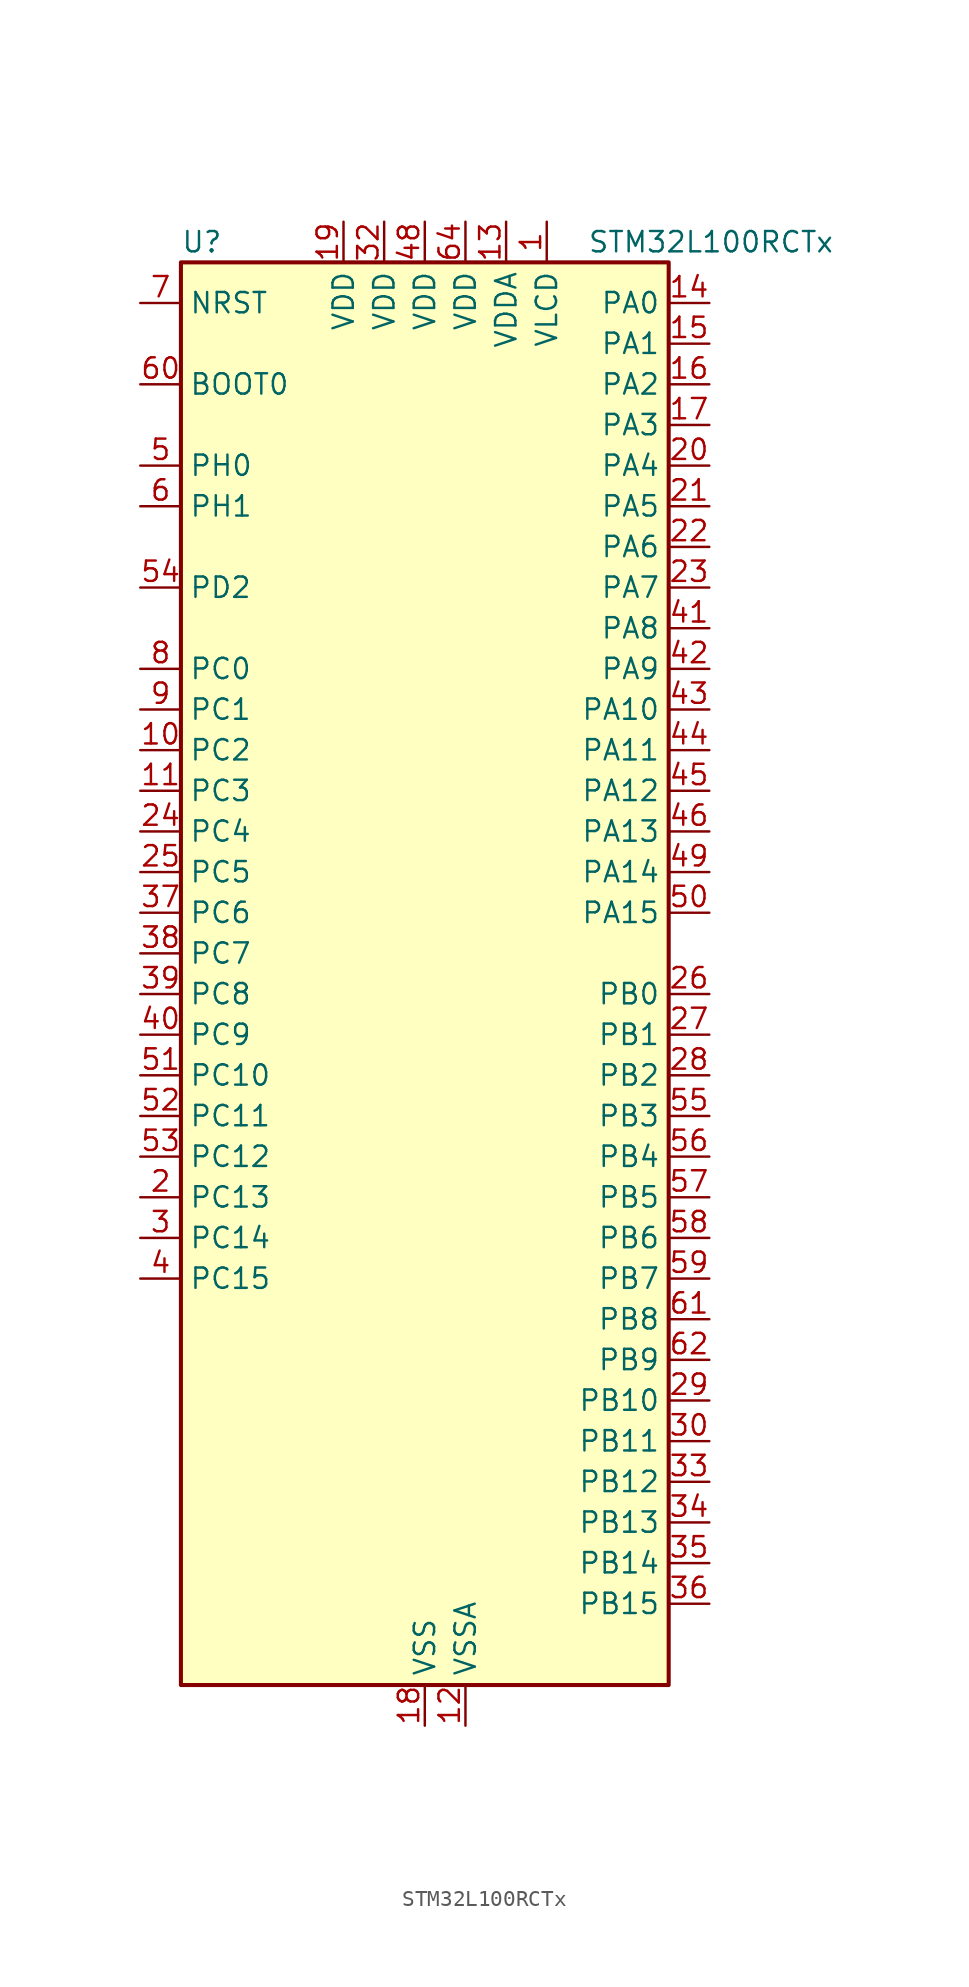
<source format=kicad_sym>
(kicad_symbol_lib
  (version 20231120)
  (generator "kicad-library-utils")
  (generator_version "8.0")
  (symbol "STM32L100RCTx"
    (property "Reference" "U"
      (at -15.24 46.99 0)
      (effects (font (size 1.27 1.27)) (justify left)))
    (property "Value" "STM32L100RCTx"
      (at 10.16 46.99 0)
      (effects (font (size 1.27 1.27)) (justify left)))
    (symbol "STM32L100RCTx_0_1"
      (rectangle (start -15.24 -43.18) (end 15.24 45.72) (stroke (width 0.254) (type default)) (fill (type background))))
    (symbol "STM32L100RCTx_1_1"
      (pin power_in line (at 7.62 48.26 270) (length 2.54) (name "VLCD" (effects (font (size 1.27 1.27)))) (number "1" (effects (font (size 1.27 1.27)))))
      (pin bidirectional line (at -17.78 15.24 0) (length 2.54) (name "PC2" (effects (font (size 1.27 1.27)))) (number "10" (effects (font (size 1.27 1.27)))) (alternate "ADC_IN12" bidirectional line) (alternate "COMP1_INP" bidirectional line) (alternate "LCD_SEG20" bidirectional line) (alternate "TIMX_IC3" bidirectional line))
      (pin bidirectional line (at -17.78 12.7 0) (length 2.54) (name "PC3" (effects (font (size 1.27 1.27)))) (number "11" (effects (font (size 1.27 1.27)))) (alternate "ADC_IN13" bidirectional line) (alternate "COMP1_INP" bidirectional line) (alternate "LCD_SEG21" bidirectional line) (alternate "TIMX_IC4" bidirectional line))
      (pin power_in line (at 2.54 -45.72 90) (length 2.54) (name "VSSA" (effects (font (size 1.27 1.27)))) (number "12" (effects (font (size 1.27 1.27)))))
      (pin power_in line (at 5.08 48.26 270) (length 2.54) (name "VDDA" (effects (font (size 1.27 1.27)))) (number "13" (effects (font (size 1.27 1.27)))))
      (pin bidirectional line (at 17.78 43.18 180) (length 2.54) (name "PA0" (effects (font (size 1.27 1.27)))) (number "14" (effects (font (size 1.27 1.27)))) (alternate "ADC_IN0" bidirectional line) (alternate "COMP1_INP" bidirectional line) (alternate "RTC_TAMP2" bidirectional line) (alternate "SYS_WKUP1" bidirectional line) (alternate "TIM2_CH1" bidirectional line) (alternate "TIM2_ETR" bidirectional line) (alternate "TIMX_IC1" bidirectional line) (alternate "USART2_CTS" bidirectional line))
      (pin bidirectional line (at 17.78 40.64 180) (length 2.54) (name "PA1" (effects (font (size 1.27 1.27)))) (number "15" (effects (font (size 1.27 1.27)))) (alternate "ADC_IN1" bidirectional line) (alternate "COMP1_INP" bidirectional line) (alternate "LCD_SEG0" bidirectional line) (alternate "TIM2_CH2" bidirectional line) (alternate "TIMX_IC2" bidirectional line) (alternate "USART2_RTS" bidirectional line))
      (pin bidirectional line (at 17.78 38.1 180) (length 2.54) (name "PA2" (effects (font (size 1.27 1.27)))) (number "16" (effects (font (size 1.27 1.27)))) (alternate "ADC_IN2" bidirectional line) (alternate "COMP1_INP" bidirectional line) (alternate "LCD_SEG1" bidirectional line) (alternate "TIM2_CH3" bidirectional line) (alternate "TIM9_CH1" bidirectional line) (alternate "TIMX_IC3" bidirectional line) (alternate "USART2_TX" bidirectional line))
      (pin bidirectional line (at 17.78 35.56 180) (length 2.54) (name "PA3" (effects (font (size 1.27 1.27)))) (number "17" (effects (font (size 1.27 1.27)))) (alternate "ADC_IN3" bidirectional line) (alternate "COMP1_INP" bidirectional line) (alternate "LCD_SEG2" bidirectional line) (alternate "TIM2_CH4" bidirectional line) (alternate "TIM9_CH2" bidirectional line) (alternate "TIMX_IC4" bidirectional line) (alternate "USART2_RX" bidirectional line))
      (pin power_in line (at 0 -45.72 90) (length 2.54) (name "VSS" (effects (font (size 1.27 1.27)))) (number "18" (effects (font (size 1.27 1.27)))))
      (pin power_in line (at -5.08 48.26 270) (length 2.54) (name "VDD" (effects (font (size 1.27 1.27)))) (number "19" (effects (font (size 1.27 1.27)))))
      (pin bidirectional line (at -17.78 -12.7 0) (length 2.54) (name "PC13" (effects (font (size 1.27 1.27)))) (number "2" (effects (font (size 1.27 1.27)))) (alternate "RTC_OUT_ALARM" bidirectional line) (alternate "RTC_OUT_CALIB" bidirectional line) (alternate "RTC_TAMP1" bidirectional line) (alternate "RTC_TS" bidirectional line) (alternate "SYS_WKUP2" bidirectional line) (alternate "TIMX_IC2" bidirectional line))
      (pin bidirectional line (at 17.78 33.02 180) (length 2.54) (name "PA4" (effects (font (size 1.27 1.27)))) (number "20" (effects (font (size 1.27 1.27)))) (alternate "ADC_IN4" bidirectional line) (alternate "COMP1_INP" bidirectional line) (alternate "DAC_OUT1" bidirectional line) (alternate "I2S3_WS" bidirectional line) (alternate "SPI1_NSS" bidirectional line) (alternate "SPI3_NSS" bidirectional line) (alternate "TIMX_IC1" bidirectional line) (alternate "USART2_CK" bidirectional line))
      (pin bidirectional line (at 17.78 30.48 180) (length 2.54) (name "PA5" (effects (font (size 1.27 1.27)))) (number "21" (effects (font (size 1.27 1.27)))) (alternate "ADC_IN5" bidirectional line) (alternate "COMP1_INP" bidirectional line) (alternate "DAC_OUT2" bidirectional line) (alternate "SPI1_SCK" bidirectional line) (alternate "TIM2_CH1" bidirectional line) (alternate "TIM2_ETR" bidirectional line) (alternate "TIMX_IC2" bidirectional line))
      (pin bidirectional line (at 17.78 27.94 180) (length 2.54) (name "PA6" (effects (font (size 1.27 1.27)))) (number "22" (effects (font (size 1.27 1.27)))) (alternate "ADC_IN6" bidirectional line) (alternate "COMP1_INP" bidirectional line) (alternate "LCD_SEG3" bidirectional line) (alternate "SPI1_MISO" bidirectional line) (alternate "TIM10_CH1" bidirectional line) (alternate "TIM3_CH1" bidirectional line) (alternate "TIMX_IC3" bidirectional line))
      (pin bidirectional line (at 17.78 25.4 180) (length 2.54) (name "PA7" (effects (font (size 1.27 1.27)))) (number "23" (effects (font (size 1.27 1.27)))) (alternate "ADC_IN7" bidirectional line) (alternate "COMP1_INP" bidirectional line) (alternate "LCD_SEG4" bidirectional line) (alternate "SPI1_MOSI" bidirectional line) (alternate "TIM11_CH1" bidirectional line) (alternate "TIM3_CH2" bidirectional line) (alternate "TIMX_IC4" bidirectional line))
      (pin bidirectional line (at -17.78 10.16 0) (length 2.54) (name "PC4" (effects (font (size 1.27 1.27)))) (number "24" (effects (font (size 1.27 1.27)))) (alternate "ADC_IN14" bidirectional line) (alternate "COMP1_INP" bidirectional line) (alternate "LCD_SEG22" bidirectional line) (alternate "TIMX_IC1" bidirectional line))
      (pin bidirectional line (at -17.78 7.62 0) (length 2.54) (name "PC5" (effects (font (size 1.27 1.27)))) (number "25" (effects (font (size 1.27 1.27)))) (alternate "ADC_IN15" bidirectional line) (alternate "COMP1_INP" bidirectional line) (alternate "LCD_SEG23" bidirectional line) (alternate "TIMX_IC2" bidirectional line))
      (pin bidirectional line (at 17.78 0 180) (length 2.54) (name "PB0" (effects (font (size 1.27 1.27)))) (number "26" (effects (font (size 1.27 1.27)))) (alternate "ADC_IN8" bidirectional line) (alternate "COMP1_INP" bidirectional line) (alternate "LCD_SEG5" bidirectional line) (alternate "SYS_V_REF_OUT" bidirectional line) (alternate "TIM3_CH3" bidirectional line))
      (pin bidirectional line (at 17.78 -2.54 180) (length 2.54) (name "PB1" (effects (font (size 1.27 1.27)))) (number "27" (effects (font (size 1.27 1.27)))) (alternate "ADC_IN9" bidirectional line) (alternate "COMP1_INP" bidirectional line) (alternate "LCD_SEG6" bidirectional line) (alternate "SYS_V_REF_OUT" bidirectional line) (alternate "TIM3_CH4" bidirectional line))
      (pin bidirectional line (at 17.78 -5.08 180) (length 2.54) (name "PB2" (effects (font (size 1.27 1.27)))) (number "28" (effects (font (size 1.27 1.27)))) (alternate "COMP1_INP" bidirectional line))
      (pin bidirectional line (at 17.78 -25.4 180) (length 2.54) (name "PB10" (effects (font (size 1.27 1.27)))) (number "29" (effects (font (size 1.27 1.27)))) (alternate "I2C2_SCL" bidirectional line) (alternate "LCD_SEG10" bidirectional line) (alternate "TIM2_CH3" bidirectional line) (alternate "USART3_TX" bidirectional line))
      (pin bidirectional line (at -17.78 -15.24 0) (length 2.54) (name "PC14" (effects (font (size 1.27 1.27)))) (number "3" (effects (font (size 1.27 1.27)))) (alternate "RCC_OSC32_IN" bidirectional line) (alternate "TIMX_IC3" bidirectional line))
      (pin bidirectional line (at 17.78 -27.94 180) (length 2.54) (name "PB11" (effects (font (size 1.27 1.27)))) (number "30" (effects (font (size 1.27 1.27)))) (alternate "ADC_EXTI11" bidirectional line) (alternate "I2C2_SDA" bidirectional line) (alternate "LCD_SEG11" bidirectional line) (alternate "TIM2_CH4" bidirectional line) (alternate "USART3_RX" bidirectional line))
      (pin passive line (at 0 -45.72 90) (length 2.54) hide (name "VSS" (effects (font (size 1.27 1.27)))) (number "31" (effects (font (size 1.27 1.27)))))
      (pin power_in line (at -2.54 48.26 270) (length 2.54) (name "VDD" (effects (font (size 1.27 1.27)))) (number "32" (effects (font (size 1.27 1.27)))))
      (pin bidirectional line (at 17.78 -30.48 180) (length 2.54) (name "PB12" (effects (font (size 1.27 1.27)))) (number "33" (effects (font (size 1.27 1.27)))) (alternate "ADC_IN18" bidirectional line) (alternate "COMP1_INP" bidirectional line) (alternate "I2C2_SMBA" bidirectional line) (alternate "I2S2_WS" bidirectional line) (alternate "LCD_SEG12" bidirectional line) (alternate "SPI2_NSS" bidirectional line) (alternate "TIM10_CH1" bidirectional line) (alternate "USART3_CK" bidirectional line))
      (pin bidirectional line (at 17.78 -33.02 180) (length 2.54) (name "PB13" (effects (font (size 1.27 1.27)))) (number "34" (effects (font (size 1.27 1.27)))) (alternate "ADC_IN19" bidirectional line) (alternate "COMP1_INP" bidirectional line) (alternate "I2S2_CK" bidirectional line) (alternate "LCD_SEG13" bidirectional line) (alternate "SPI2_SCK" bidirectional line) (alternate "TIM9_CH1" bidirectional line) (alternate "USART3_CTS" bidirectional line))
      (pin bidirectional line (at 17.78 -35.56 180) (length 2.54) (name "PB14" (effects (font (size 1.27 1.27)))) (number "35" (effects (font (size 1.27 1.27)))) (alternate "ADC_IN20" bidirectional line) (alternate "COMP1_INP" bidirectional line) (alternate "LCD_SEG14" bidirectional line) (alternate "SPI2_MISO" bidirectional line) (alternate "TIM9_CH2" bidirectional line) (alternate "USART3_RTS" bidirectional line))
      (pin bidirectional line (at 17.78 -38.1 180) (length 2.54) (name "PB15" (effects (font (size 1.27 1.27)))) (number "36" (effects (font (size 1.27 1.27)))) (alternate "ADC_EXTI15" bidirectional line) (alternate "ADC_IN21" bidirectional line) (alternate "COMP1_INP" bidirectional line) (alternate "I2S2_SD" bidirectional line) (alternate "LCD_SEG15" bidirectional line) (alternate "RTC_REFIN" bidirectional line) (alternate "SPI2_MOSI" bidirectional line) (alternate "TIM11_CH1" bidirectional line))
      (pin bidirectional line (at -17.78 5.08 0) (length 2.54) (name "PC6" (effects (font (size 1.27 1.27)))) (number "37" (effects (font (size 1.27 1.27)))) (alternate "I2S2_MCK" bidirectional line) (alternate "LCD_SEG24" bidirectional line) (alternate "TIM3_CH1" bidirectional line) (alternate "TIMX_IC3" bidirectional line))
      (pin bidirectional line (at -17.78 2.54 0) (length 2.54) (name "PC7" (effects (font (size 1.27 1.27)))) (number "38" (effects (font (size 1.27 1.27)))) (alternate "I2S3_MCK" bidirectional line) (alternate "LCD_SEG25" bidirectional line) (alternate "TIM3_CH2" bidirectional line) (alternate "TIMX_IC4" bidirectional line))
      (pin bidirectional line (at -17.78 0 0) (length 2.54) (name "PC8" (effects (font (size 1.27 1.27)))) (number "39" (effects (font (size 1.27 1.27)))) (alternate "LCD_SEG26" bidirectional line) (alternate "TIM3_CH3" bidirectional line) (alternate "TIMX_IC1" bidirectional line))
      (pin bidirectional line (at -17.78 -17.78 0) (length 2.54) (name "PC15" (effects (font (size 1.27 1.27)))) (number "4" (effects (font (size 1.27 1.27)))) (alternate "ADC_EXTI15" bidirectional line) (alternate "RCC_OSC32_OUT" bidirectional line) (alternate "TIMX_IC4" bidirectional line))
      (pin bidirectional line (at -17.78 -2.54 0) (length 2.54) (name "PC9" (effects (font (size 1.27 1.27)))) (number "40" (effects (font (size 1.27 1.27)))) (alternate "DAC_EXTI9" bidirectional line) (alternate "LCD_SEG27" bidirectional line) (alternate "TIM3_CH4" bidirectional line) (alternate "TIMX_IC2" bidirectional line))
      (pin bidirectional line (at 17.78 22.86 180) (length 2.54) (name "PA8" (effects (font (size 1.27 1.27)))) (number "41" (effects (font (size 1.27 1.27)))) (alternate "LCD_COM0" bidirectional line) (alternate "RCC_MCO" bidirectional line) (alternate "TIMX_IC1" bidirectional line) (alternate "USART1_CK" bidirectional line))
      (pin bidirectional line (at 17.78 20.32 180) (length 2.54) (name "PA9" (effects (font (size 1.27 1.27)))) (number "42" (effects (font (size 1.27 1.27)))) (alternate "DAC_EXTI9" bidirectional line) (alternate "LCD_COM1" bidirectional line) (alternate "TIMX_IC2" bidirectional line) (alternate "USART1_TX" bidirectional line))
      (pin bidirectional line (at 17.78 17.78 180) (length 2.54) (name "PA10" (effects (font (size 1.27 1.27)))) (number "43" (effects (font (size 1.27 1.27)))) (alternate "LCD_COM2" bidirectional line) (alternate "TIMX_IC3" bidirectional line) (alternate "USART1_RX" bidirectional line))
      (pin bidirectional line (at 17.78 15.24 180) (length 2.54) (name "PA11" (effects (font (size 1.27 1.27)))) (number "44" (effects (font (size 1.27 1.27)))) (alternate "ADC_EXTI11" bidirectional line) (alternate "SPI1_MISO" bidirectional line) (alternate "TIMX_IC4" bidirectional line) (alternate "USART1_CTS" bidirectional line) (alternate "USB_DM" bidirectional line))
      (pin bidirectional line (at 17.78 12.7 180) (length 2.54) (name "PA12" (effects (font (size 1.27 1.27)))) (number "45" (effects (font (size 1.27 1.27)))) (alternate "SPI1_MOSI" bidirectional line) (alternate "TIMX_IC1" bidirectional line) (alternate "USART1_RTS" bidirectional line) (alternate "USB_DP" bidirectional line))
      (pin bidirectional line (at 17.78 10.16 180) (length 2.54) (name "PA13" (effects (font (size 1.27 1.27)))) (number "46" (effects (font (size 1.27 1.27)))) (alternate "SYS_JTMS-SWDIO" bidirectional line) (alternate "TIMX_IC2" bidirectional line))
      (pin passive line (at 0 -45.72 90) (length 2.54) hide (name "VSS" (effects (font (size 1.27 1.27)))) (number "47" (effects (font (size 1.27 1.27)))))
      (pin power_in line (at 0 48.26 270) (length 2.54) (name "VDD" (effects (font (size 1.27 1.27)))) (number "48" (effects (font (size 1.27 1.27)))))
      (pin bidirectional line (at 17.78 7.62 180) (length 2.54) (name "PA14" (effects (font (size 1.27 1.27)))) (number "49" (effects (font (size 1.27 1.27)))) (alternate "SYS_JTCK-SWCLK" bidirectional line) (alternate "TIMX_IC3" bidirectional line))
      (pin bidirectional line (at -17.78 33.02 0) (length 2.54) (name "PH0" (effects (font (size 1.27 1.27)))) (number "5" (effects (font (size 1.27 1.27)))) (alternate "RCC_OSC_IN" bidirectional line))
      (pin bidirectional line (at 17.78 5.08 180) (length 2.54) (name "PA15" (effects (font (size 1.27 1.27)))) (number "50" (effects (font (size 1.27 1.27)))) (alternate "ADC_EXTI15" bidirectional line) (alternate "I2S3_WS" bidirectional line) (alternate "LCD_SEG17" bidirectional line) (alternate "SPI1_NSS" bidirectional line) (alternate "SPI3_NSS" bidirectional line) (alternate "SYS_JTDI" bidirectional line) (alternate "TIM2_CH1" bidirectional line) (alternate "TIM2_ETR" bidirectional line) (alternate "TIMX_IC4" bidirectional line))
      (pin bidirectional line (at -17.78 -5.08 0) (length 2.54) (name "PC10" (effects (font (size 1.27 1.27)))) (number "51" (effects (font (size 1.27 1.27)))) (alternate "I2S3_CK" bidirectional line) (alternate "LCD_COM4" bidirectional line) (alternate "LCD_SEG28" bidirectional line) (alternate "SPI3_SCK" bidirectional line) (alternate "TIMX_IC3" bidirectional line) (alternate "USART3_TX" bidirectional line))
      (pin bidirectional line (at -17.78 -7.62 0) (length 2.54) (name "PC11" (effects (font (size 1.27 1.27)))) (number "52" (effects (font (size 1.27 1.27)))) (alternate "ADC_EXTI11" bidirectional line) (alternate "LCD_COM5" bidirectional line) (alternate "LCD_SEG29" bidirectional line) (alternate "SPI3_MISO" bidirectional line) (alternate "TIMX_IC4" bidirectional line) (alternate "USART3_RX" bidirectional line))
      (pin bidirectional line (at -17.78 -10.16 0) (length 2.54) (name "PC12" (effects (font (size 1.27 1.27)))) (number "53" (effects (font (size 1.27 1.27)))) (alternate "I2S3_SD" bidirectional line) (alternate "LCD_COM6" bidirectional line) (alternate "LCD_SEG30" bidirectional line) (alternate "SPI3_MOSI" bidirectional line) (alternate "TIMX_IC1" bidirectional line) (alternate "USART3_CK" bidirectional line))
      (pin bidirectional line (at -17.78 25.4 0) (length 2.54) (name "PD2" (effects (font (size 1.27 1.27)))) (number "54" (effects (font (size 1.27 1.27)))) (alternate "LCD_COM7" bidirectional line) (alternate "LCD_SEG31" bidirectional line) (alternate "TIM3_ETR" bidirectional line) (alternate "TIMX_IC3" bidirectional line))
      (pin bidirectional line (at 17.78 -7.62 180) (length 2.54) (name "PB3" (effects (font (size 1.27 1.27)))) (number "55" (effects (font (size 1.27 1.27)))) (alternate "COMP2_INM" bidirectional line) (alternate "I2S3_CK" bidirectional line) (alternate "LCD_SEG7" bidirectional line) (alternate "SPI1_SCK" bidirectional line) (alternate "SPI3_SCK" bidirectional line) (alternate "SYS_JTDO-TRACESWO" bidirectional line) (alternate "TIM2_CH2" bidirectional line))
      (pin bidirectional line (at 17.78 -10.16 180) (length 2.54) (name "PB4" (effects (font (size 1.27 1.27)))) (number "56" (effects (font (size 1.27 1.27)))) (alternate "COMP2_INP" bidirectional line) (alternate "LCD_SEG8" bidirectional line) (alternate "SPI1_MISO" bidirectional line) (alternate "SPI3_MISO" bidirectional line) (alternate "SYS_JTRST" bidirectional line) (alternate "TIM3_CH1" bidirectional line))
      (pin bidirectional line (at 17.78 -12.7 180) (length 2.54) (name "PB5" (effects (font (size 1.27 1.27)))) (number "57" (effects (font (size 1.27 1.27)))) (alternate "COMP2_INP" bidirectional line) (alternate "I2C1_SMBA" bidirectional line) (alternate "I2S3_SD" bidirectional line) (alternate "LCD_SEG9" bidirectional line) (alternate "SPI1_MOSI" bidirectional line) (alternate "SPI3_MOSI" bidirectional line) (alternate "TIM3_CH2" bidirectional line))
      (pin bidirectional line (at 17.78 -15.24 180) (length 2.54) (name "PB6" (effects (font (size 1.27 1.27)))) (number "58" (effects (font (size 1.27 1.27)))) (alternate "COMP2_INP" bidirectional line) (alternate "I2C1_SCL" bidirectional line) (alternate "TIM4_CH1" bidirectional line) (alternate "USART1_TX" bidirectional line))
      (pin bidirectional line (at 17.78 -17.78 180) (length 2.54) (name "PB7" (effects (font (size 1.27 1.27)))) (number "59" (effects (font (size 1.27 1.27)))) (alternate "COMP2_INP" bidirectional line) (alternate "I2C1_SDA" bidirectional line) (alternate "SYS_PVD_IN" bidirectional line) (alternate "TIM4_CH2" bidirectional line) (alternate "USART1_RX" bidirectional line))
      (pin bidirectional line (at -17.78 30.48 0) (length 2.54) (name "PH1" (effects (font (size 1.27 1.27)))) (number "6" (effects (font (size 1.27 1.27)))) (alternate "RCC_OSC_OUT" bidirectional line))
      (pin input line (at -17.78 38.1 0) (length 2.54) (name "BOOT0" (effects (font (size 1.27 1.27)))) (number "60" (effects (font (size 1.27 1.27)))))
      (pin bidirectional line (at 17.78 -20.32 180) (length 2.54) (name "PB8" (effects (font (size 1.27 1.27)))) (number "61" (effects (font (size 1.27 1.27)))) (alternate "I2C1_SCL" bidirectional line) (alternate "LCD_SEG16" bidirectional line) (alternate "TIM10_CH1" bidirectional line) (alternate "TIM4_CH3" bidirectional line))
      (pin bidirectional line (at 17.78 -22.86 180) (length 2.54) (name "PB9" (effects (font (size 1.27 1.27)))) (number "62" (effects (font (size 1.27 1.27)))) (alternate "DAC_EXTI9" bidirectional line) (alternate "I2C1_SDA" bidirectional line) (alternate "LCD_COM3" bidirectional line) (alternate "TIM11_CH1" bidirectional line) (alternate "TIM4_CH4" bidirectional line))
      (pin passive line (at 0 -45.72 90) (length 2.54) hide (name "VSS" (effects (font (size 1.27 1.27)))) (number "63" (effects (font (size 1.27 1.27)))))
      (pin power_in line (at 2.54 48.26 270) (length 2.54) (name "VDD" (effects (font (size 1.27 1.27)))) (number "64" (effects (font (size 1.27 1.27)))))
      (pin input line (at -17.78 43.18 0) (length 2.54) (name "NRST" (effects (font (size 1.27 1.27)))) (number "7" (effects (font (size 1.27 1.27)))))
      (pin bidirectional line (at -17.78 20.32 0) (length 2.54) (name "PC0" (effects (font (size 1.27 1.27)))) (number "8" (effects (font (size 1.27 1.27)))) (alternate "ADC_IN10" bidirectional line) (alternate "COMP1_INP" bidirectional line) (alternate "LCD_SEG18" bidirectional line) (alternate "TIMX_IC1" bidirectional line))
      (pin bidirectional line (at -17.78 17.78 0) (length 2.54) (name "PC1" (effects (font (size 1.27 1.27)))) (number "9" (effects (font (size 1.27 1.27)))) (alternate "ADC_IN11" bidirectional line) (alternate "COMP1_INP" bidirectional line) (alternate "LCD_SEG19" bidirectional line) (alternate "TIMX_IC2" bidirectional line)))))
</source>
